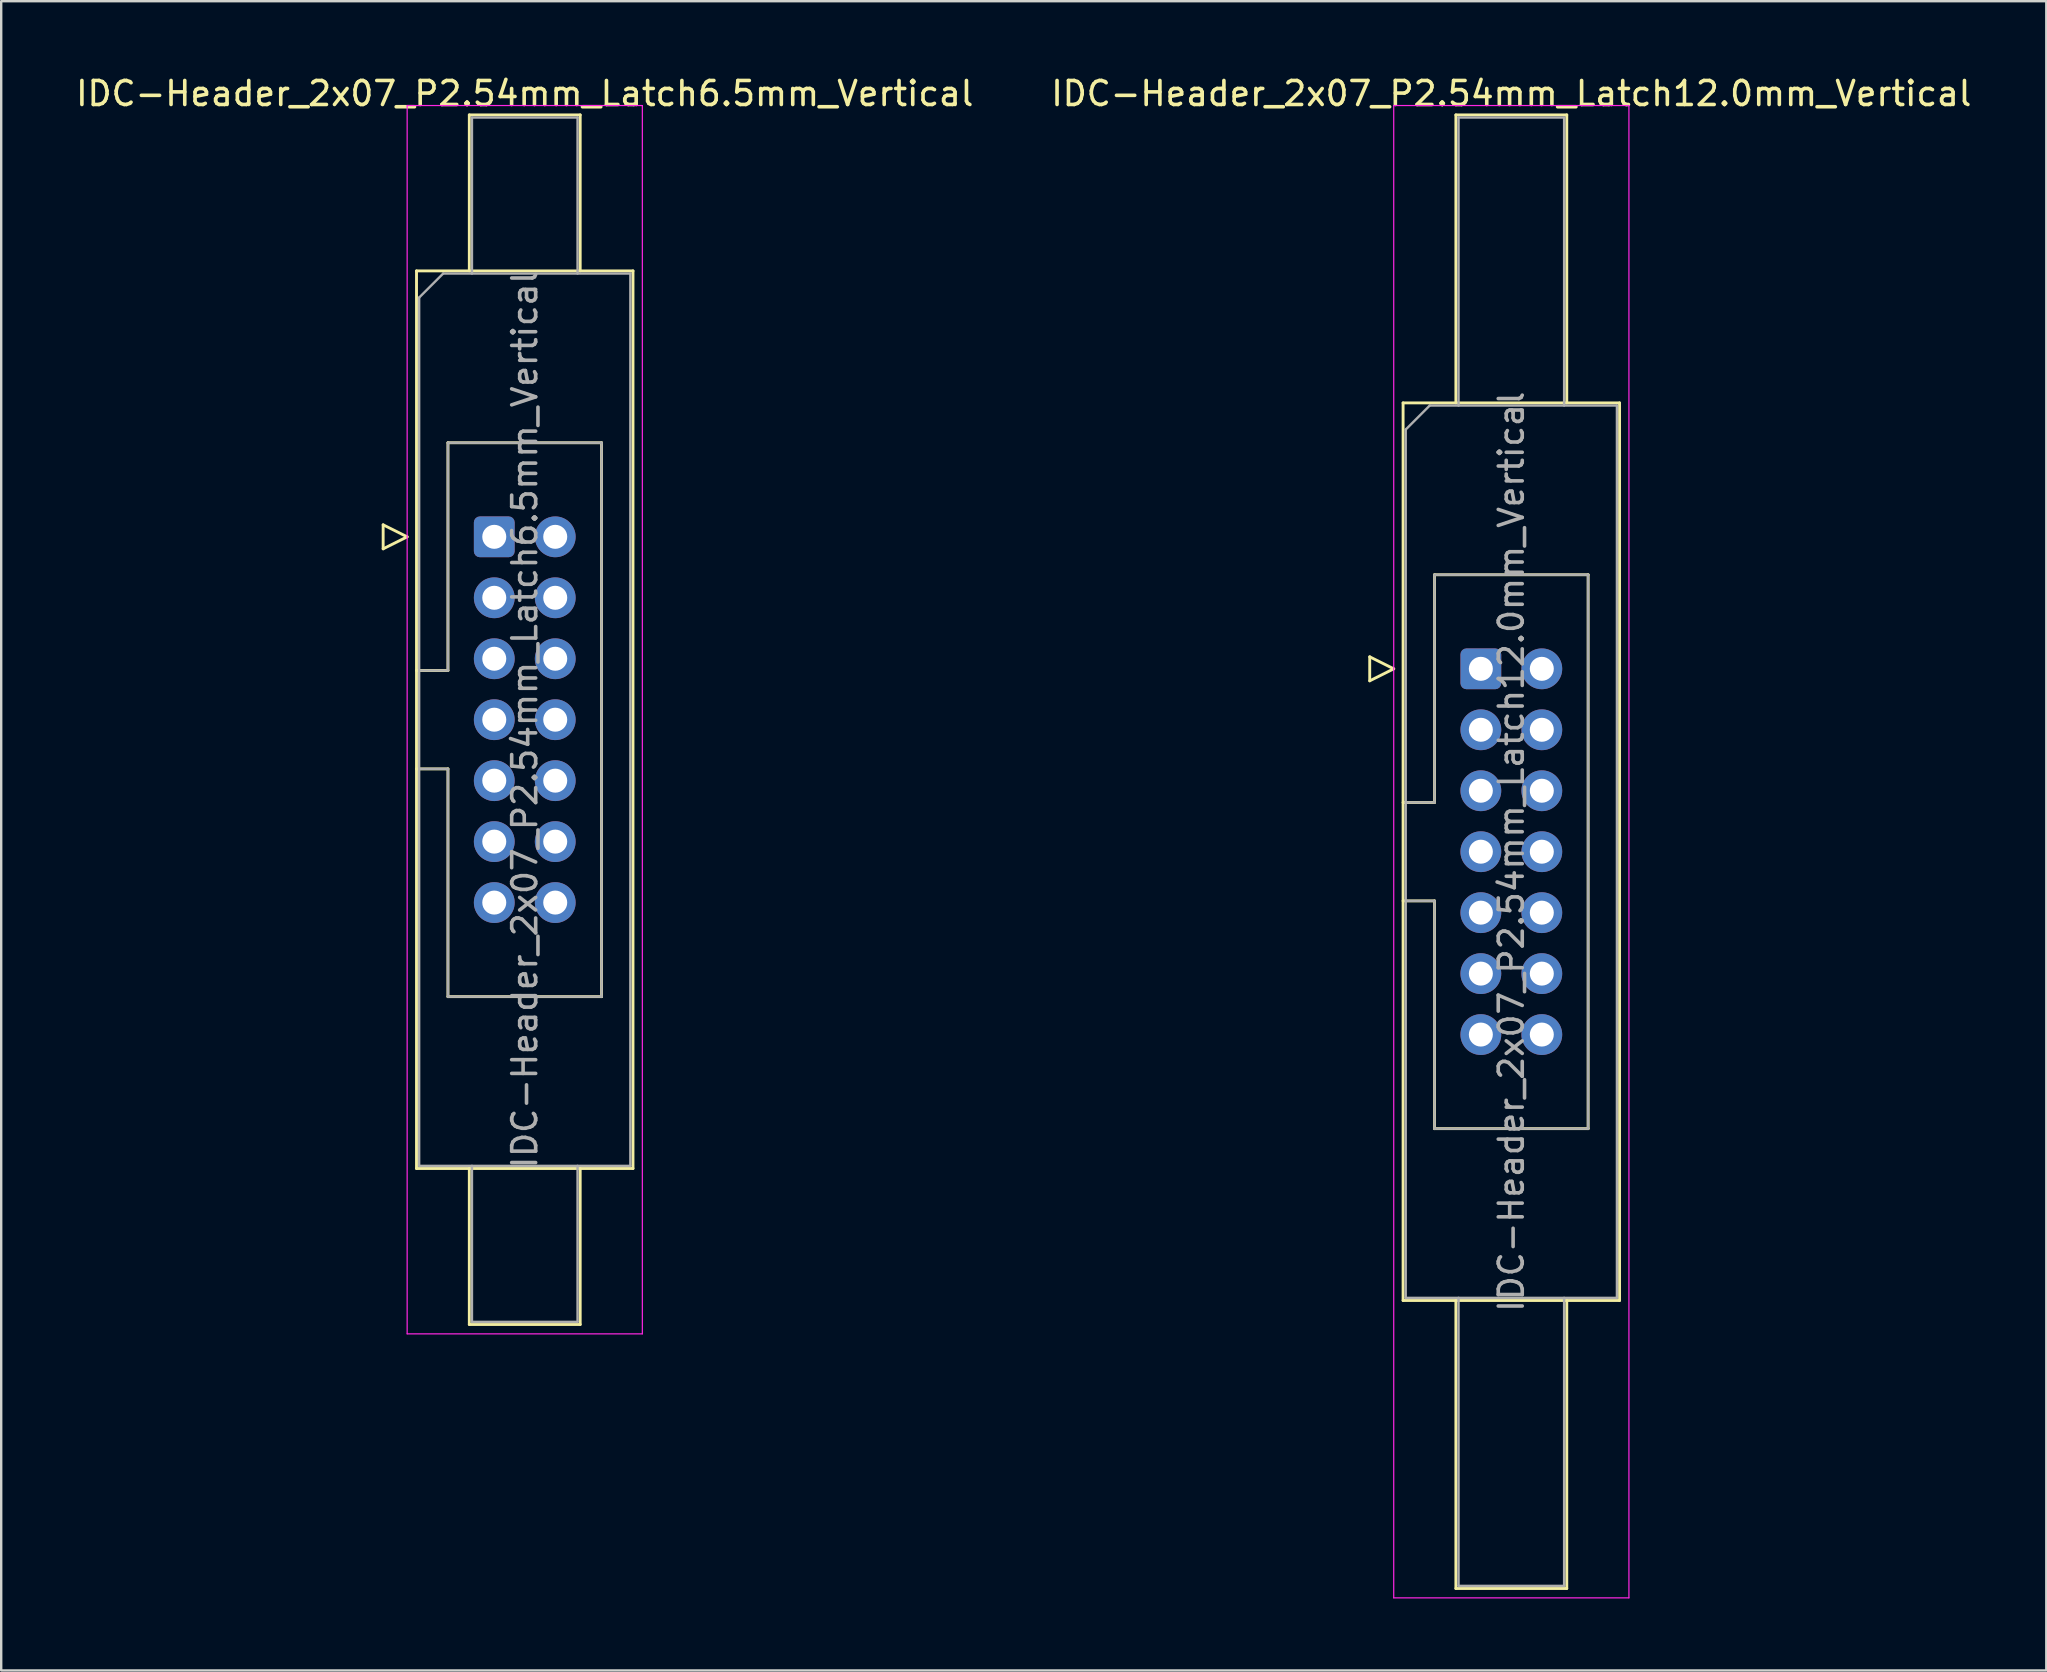
<source format=kicad_pcb>
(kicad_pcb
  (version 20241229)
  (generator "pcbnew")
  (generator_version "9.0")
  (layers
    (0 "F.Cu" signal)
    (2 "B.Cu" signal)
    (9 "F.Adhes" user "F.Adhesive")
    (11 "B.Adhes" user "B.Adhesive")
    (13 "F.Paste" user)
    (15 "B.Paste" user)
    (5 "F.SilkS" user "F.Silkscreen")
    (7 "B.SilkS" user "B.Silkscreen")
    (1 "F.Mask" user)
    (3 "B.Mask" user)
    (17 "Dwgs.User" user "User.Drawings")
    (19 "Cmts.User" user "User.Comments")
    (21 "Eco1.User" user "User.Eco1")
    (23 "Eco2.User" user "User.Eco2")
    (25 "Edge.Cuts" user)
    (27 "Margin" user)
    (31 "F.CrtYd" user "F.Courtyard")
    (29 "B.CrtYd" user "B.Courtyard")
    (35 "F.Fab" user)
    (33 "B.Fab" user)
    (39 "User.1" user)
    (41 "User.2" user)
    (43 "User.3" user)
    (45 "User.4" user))
  (footprint "IDC-Header_2x07_P2.54mm_Latch6.5mm_Vertical"
    (layer "F.Cu")
    (at 17.545 19.318)
    (property "Reference" "IDC-Header_2x07_P2.54mm_Latch6.5mm_Vertical" (at 1.27 -18.47 0) (layer "F.SilkS") (effects (font (size 1 1) (thickness 0.15))))
    (attr through_hole)
    (fp_line (start -4.63 -0.5) (end -4.63 0.5) (stroke (width 0.12) (type solid)) (layer "F.SilkS"))
    (fp_line (start -4.63 0.5) (end -3.63 0) (stroke (width 0.12) (type solid)) (layer "F.SilkS"))
    (fp_line (start -3.63 0) (end -4.63 -0.5) (stroke (width 0.12) (type solid)) (layer "F.SilkS"))
    (fp_line (start -3.24 -11.08) (end 5.78 -11.08) (stroke (width 0.12) (type solid)) (layer "F.SilkS"))
    (fp_line (start -3.24 5.57) (end -1.93 5.57) (stroke (width 0.12) (type solid)) (layer "F.SilkS"))
    (fp_line (start -3.24 26.32) (end -3.24 -11.08) (stroke (width 0.12) (type solid)) (layer "F.SilkS"))
    (fp_line (start -1.93 -3.92) (end 4.47 -3.92) (stroke (width 0.12) (type solid)) (layer "F.SilkS"))
    (fp_line (start -1.93 5.57) (end -1.93 -3.92) (stroke (width 0.12) (type solid)) (layer "F.SilkS"))
    (fp_line (start -1.93 9.67) (end -3.24 9.67) (stroke (width 0.12) (type solid)) (layer "F.SilkS"))
    (fp_line (start -1.93 19.16) (end -1.93 9.67) (stroke (width 0.12) (type solid)) (layer "F.SilkS"))
    (fp_line (start -1.04 -17.58) (end 3.58 -17.58) (stroke (width 0.12) (type solid)) (layer "F.SilkS"))
    (fp_line (start -1.04 -11.08) (end -1.04 -17.58) (stroke (width 0.12) (type solid)) (layer "F.SilkS"))
    (fp_line (start -1.04 26.32) (end -1.04 32.82) (stroke (width 0.12) (type solid)) (layer "F.SilkS"))
    (fp_line (start -1.04 32.82) (end 3.58 32.82) (stroke (width 0.12) (type solid)) (layer "F.SilkS"))
    (fp_line (start 3.58 -17.58) (end 3.58 -11.08) (stroke (width 0.12) (type solid)) (layer "F.SilkS"))
    (fp_line (start 3.58 32.82) (end 3.58 26.32) (stroke (width 0.12) (type solid)) (layer "F.SilkS"))
    (fp_line (start 4.47 -3.92) (end 4.47 19.16) (stroke (width 0.12) (type solid)) (layer "F.SilkS"))
    (fp_line (start 4.47 19.16) (end -1.93 19.16) (stroke (width 0.12) (type solid)) (layer "F.SilkS"))
    (fp_line (start 5.78 -11.08) (end 5.78 26.32) (stroke (width 0.12) (type solid)) (layer "F.SilkS"))
    (fp_line (start 5.78 26.32) (end -3.24 26.32) (stroke (width 0.12) (type solid)) (layer "F.SilkS"))
    (fp_line (start -3.63 -17.97) (end -3.63 33.21) (stroke (width 0.05) (type solid)) (layer "F.CrtYd"))
    (fp_line (start -3.63 33.21) (end 6.17 33.21) (stroke (width 0.05) (type solid)) (layer "F.CrtYd"))
    (fp_line (start 6.17 -17.97) (end -3.63 -17.97) (stroke (width 0.05) (type solid)) (layer "F.CrtYd"))
    (fp_line (start 6.17 33.21) (end 6.17 -17.97) (stroke (width 0.05) (type solid)) (layer "F.CrtYd"))
    (fp_line (start -3.13 -9.97) (end -2.13 -10.97) (stroke (width 0.1) (type solid)) (layer "F.Fab"))
    (fp_line (start -3.13 5.57) (end -1.93 5.57) (stroke (width 0.1) (type solid)) (layer "F.Fab"))
    (fp_line (start -3.13 26.21) (end -3.13 -9.97) (stroke (width 0.1) (type solid)) (layer "F.Fab"))
    (fp_line (start -2.13 -10.97) (end 5.67 -10.97) (stroke (width 0.1) (type solid)) (layer "F.Fab"))
    (fp_line (start -1.93 -3.92) (end 4.47 -3.92) (stroke (width 0.1) (type solid)) (layer "F.Fab"))
    (fp_line (start -1.93 5.57) (end -1.93 -3.92) (stroke (width 0.1) (type solid)) (layer "F.Fab"))
    (fp_line (start -1.93 9.67) (end -3.13 9.67) (stroke (width 0.1) (type solid)) (layer "F.Fab"))
    (fp_line (start -1.93 19.16) (end -1.93 9.67) (stroke (width 0.1) (type solid)) (layer "F.Fab"))
    (fp_line (start -0.93 -17.47) (end 3.47 -17.47) (stroke (width 0.1) (type solid)) (layer "F.Fab"))
    (fp_line (start -0.93 -10.97) (end -0.93 -17.47) (stroke (width 0.1) (type solid)) (layer "F.Fab"))
    (fp_line (start -0.93 26.21) (end -0.93 32.71) (stroke (width 0.1) (type solid)) (layer "F.Fab"))
    (fp_line (start -0.93 32.71) (end 3.47 32.71) (stroke (width 0.1) (type solid)) (layer "F.Fab"))
    (fp_line (start 3.47 -17.47) (end 3.47 -10.97) (stroke (width 0.1) (type solid)) (layer "F.Fab"))
    (fp_line (start 3.47 32.71) (end 3.47 26.21) (stroke (width 0.1) (type solid)) (layer "F.Fab"))
    (fp_line (start 4.47 -3.92) (end 4.47 19.16) (stroke (width 0.1) (type solid)) (layer "F.Fab"))
    (fp_line (start 4.47 19.16) (end -1.93 19.16) (stroke (width 0.1) (type solid)) (layer "F.Fab"))
    (fp_line (start 5.67 -10.97) (end 5.67 26.21) (stroke (width 0.1) (type solid)) (layer "F.Fab"))
    (fp_line (start 5.67 26.21) (end -3.13 26.21) (stroke (width 0.1) (type solid)) (layer "F.Fab"))
    (fp_text user "${REFERENCE}" (at 1.27 7.62 90) (layer "F.Fab") (effects (font (size 1 1) (thickness 0.15))))
    (pad "1" thru_hole roundrect (at 0 0) (size 1.7 1.7) (drill 1) (layers "*.Cu" "*.Mask") (roundrect_rratio 0.147))
    (pad "2" thru_hole circle (at 2.54 0) (size 1.7 1.7) (drill 1) (layers "*.Cu" "*.Mask"))
    (pad "3" thru_hole circle (at 0 2.54) (size 1.7 1.7) (drill 1) (layers "*.Cu" "*.Mask"))
    (pad "4" thru_hole circle (at 2.54 2.54) (size 1.7 1.7) (drill 1) (layers "*.Cu" "*.Mask"))
    (pad "5" thru_hole circle (at 0 5.08) (size 1.7 1.7) (drill 1) (layers "*.Cu" "*.Mask"))
    (pad "6" thru_hole circle (at 2.54 5.08) (size 1.7 1.7) (drill 1) (layers "*.Cu" "*.Mask"))
    (pad "7" thru_hole circle (at 0 7.62) (size 1.7 1.7) (drill 1) (layers "*.Cu" "*.Mask"))
    (pad "8" thru_hole circle (at 2.54 7.62) (size 1.7 1.7) (drill 1) (layers "*.Cu" "*.Mask"))
    (pad "9" thru_hole circle (at 0 10.16) (size 1.7 1.7) (drill 1) (layers "*.Cu" "*.Mask"))
    (pad "10" thru_hole circle (at 2.54 10.16) (size 1.7 1.7) (drill 1) (layers "*.Cu" "*.Mask"))
    (pad "11" thru_hole circle (at 0 12.7) (size 1.7 1.7) (drill 1) (layers "*.Cu" "*.Mask"))
    (pad "12" thru_hole circle (at 2.54 12.7) (size 1.7 1.7) (drill 1) (layers "*.Cu" "*.Mask"))
    (pad "13" thru_hole circle (at 0 15.24) (size 1.7 1.7) (drill 1) (layers "*.Cu" "*.Mask"))
    (pad "14" thru_hole circle (at 2.54 15.24) (size 1.7 1.7) (drill 1) (layers "*.Cu" "*.Mask")))
  (footprint "IDC-Header_2x07_P2.54mm_Latch12.0mm_Vertical"
    (layer "F.Cu")
    (at 58.653 24.818)
    (property "Reference" "IDC-Header_2x07_P2.54mm_Latch12.0mm_Vertical" (at 1.27 -23.97 0) (layer "F.SilkS") (effects (font (size 1 1) (thickness 0.15))))
    (attr through_hole)
    (fp_line (start -4.63 -0.5) (end -4.63 0.5) (stroke (width 0.12) (type solid)) (layer "F.SilkS"))
    (fp_line (start -4.63 0.5) (end -3.63 0) (stroke (width 0.12) (type solid)) (layer "F.SilkS"))
    (fp_line (start -3.63 0) (end -4.63 -0.5) (stroke (width 0.12) (type solid)) (layer "F.SilkS"))
    (fp_line (start -3.24 -11.08) (end 5.78 -11.08) (stroke (width 0.12) (type solid)) (layer "F.SilkS"))
    (fp_line (start -3.24 5.57) (end -1.93 5.57) (stroke (width 0.12) (type solid)) (layer "F.SilkS"))
    (fp_line (start -3.24 26.32) (end -3.24 -11.08) (stroke (width 0.12) (type solid)) (layer "F.SilkS"))
    (fp_line (start -1.93 -3.92) (end 4.47 -3.92) (stroke (width 0.12) (type solid)) (layer "F.SilkS"))
    (fp_line (start -1.93 5.57) (end -1.93 -3.92) (stroke (width 0.12) (type solid)) (layer "F.SilkS"))
    (fp_line (start -1.93 9.67) (end -3.24 9.67) (stroke (width 0.12) (type solid)) (layer "F.SilkS"))
    (fp_line (start -1.93 19.16) (end -1.93 9.67) (stroke (width 0.12) (type solid)) (layer "F.SilkS"))
    (fp_line (start -1.04 -23.08) (end 3.58 -23.08) (stroke (width 0.12) (type solid)) (layer "F.SilkS"))
    (fp_line (start -1.04 -11.08) (end -1.04 -23.08) (stroke (width 0.12) (type solid)) (layer "F.SilkS"))
    (fp_line (start -1.04 26.32) (end -1.04 38.32) (stroke (width 0.12) (type solid)) (layer "F.SilkS"))
    (fp_line (start -1.04 38.32) (end 3.58 38.32) (stroke (width 0.12) (type solid)) (layer "F.SilkS"))
    (fp_line (start 3.58 -23.08) (end 3.58 -11.08) (stroke (width 0.12) (type solid)) (layer "F.SilkS"))
    (fp_line (start 3.58 38.32) (end 3.58 26.32) (stroke (width 0.12) (type solid)) (layer "F.SilkS"))
    (fp_line (start 4.47 -3.92) (end 4.47 19.16) (stroke (width 0.12) (type solid)) (layer "F.SilkS"))
    (fp_line (start 4.47 19.16) (end -1.93 19.16) (stroke (width 0.12) (type solid)) (layer "F.SilkS"))
    (fp_line (start 5.78 -11.08) (end 5.78 26.32) (stroke (width 0.12) (type solid)) (layer "F.SilkS"))
    (fp_line (start 5.78 26.32) (end -3.24 26.32) (stroke (width 0.12) (type solid)) (layer "F.SilkS"))
    (fp_line (start -3.63 -23.47) (end -3.63 38.71) (stroke (width 0.05) (type solid)) (layer "F.CrtYd"))
    (fp_line (start -3.63 38.71) (end 6.17 38.71) (stroke (width 0.05) (type solid)) (layer "F.CrtYd"))
    (fp_line (start 6.17 -23.47) (end -3.63 -23.47) (stroke (width 0.05) (type solid)) (layer "F.CrtYd"))
    (fp_line (start 6.17 38.71) (end 6.17 -23.47) (stroke (width 0.05) (type solid)) (layer "F.CrtYd"))
    (fp_line (start -3.13 -9.97) (end -2.13 -10.97) (stroke (width 0.1) (type solid)) (layer "F.Fab"))
    (fp_line (start -3.13 5.57) (end -1.93 5.57) (stroke (width 0.1) (type solid)) (layer "F.Fab"))
    (fp_line (start -3.13 26.21) (end -3.13 -9.97) (stroke (width 0.1) (type solid)) (layer "F.Fab"))
    (fp_line (start -2.13 -10.97) (end 5.67 -10.97) (stroke (width 0.1) (type solid)) (layer "F.Fab"))
    (fp_line (start -1.93 -3.92) (end 4.47 -3.92) (stroke (width 0.1) (type solid)) (layer "F.Fab"))
    (fp_line (start -1.93 5.57) (end -1.93 -3.92) (stroke (width 0.1) (type solid)) (layer "F.Fab"))
    (fp_line (start -1.93 9.67) (end -3.13 9.67) (stroke (width 0.1) (type solid)) (layer "F.Fab"))
    (fp_line (start -1.93 19.16) (end -1.93 9.67) (stroke (width 0.1) (type solid)) (layer "F.Fab"))
    (fp_line (start -0.93 -22.97) (end 3.47 -22.97) (stroke (width 0.1) (type solid)) (layer "F.Fab"))
    (fp_line (start -0.93 -10.97) (end -0.93 -22.97) (stroke (width 0.1) (type solid)) (layer "F.Fab"))
    (fp_line (start -0.93 26.21) (end -0.93 38.21) (stroke (width 0.1) (type solid)) (layer "F.Fab"))
    (fp_line (start -0.93 38.21) (end 3.47 38.21) (stroke (width 0.1) (type solid)) (layer "F.Fab"))
    (fp_line (start 3.47 -22.97) (end 3.47 -10.97) (stroke (width 0.1) (type solid)) (layer "F.Fab"))
    (fp_line (start 3.47 38.21) (end 3.47 26.21) (stroke (width 0.1) (type solid)) (layer "F.Fab"))
    (fp_line (start 4.47 -3.92) (end 4.47 19.16) (stroke (width 0.1) (type solid)) (layer "F.Fab"))
    (fp_line (start 4.47 19.16) (end -1.93 19.16) (stroke (width 0.1) (type solid)) (layer "F.Fab"))
    (fp_line (start 5.67 -10.97) (end 5.67 26.21) (stroke (width 0.1) (type solid)) (layer "F.Fab"))
    (fp_line (start 5.67 26.21) (end -3.13 26.21) (stroke (width 0.1) (type solid)) (layer "F.Fab"))
    (fp_text user "${REFERENCE}" (at 1.27 7.62 90) (layer "F.Fab") (effects (font (size 1 1) (thickness 0.15))))
    (pad "1" thru_hole roundrect (at 0 0) (size 1.7 1.7) (drill 1) (layers "*.Cu" "*.Mask") (roundrect_rratio 0.147))
    (pad "2" thru_hole circle (at 2.54 0) (size 1.7 1.7) (drill 1) (layers "*.Cu" "*.Mask"))
    (pad "3" thru_hole circle (at 0 2.54) (size 1.7 1.7) (drill 1) (layers "*.Cu" "*.Mask"))
    (pad "4" thru_hole circle (at 2.54 2.54) (size 1.7 1.7) (drill 1) (layers "*.Cu" "*.Mask"))
    (pad "5" thru_hole circle (at 0 5.08) (size 1.7 1.7) (drill 1) (layers "*.Cu" "*.Mask"))
    (pad "6" thru_hole circle (at 2.54 5.08) (size 1.7 1.7) (drill 1) (layers "*.Cu" "*.Mask"))
    (pad "7" thru_hole circle (at 0 7.62) (size 1.7 1.7) (drill 1) (layers "*.Cu" "*.Mask"))
    (pad "8" thru_hole circle (at 2.54 7.62) (size 1.7 1.7) (drill 1) (layers "*.Cu" "*.Mask"))
    (pad "9" thru_hole circle (at 0 10.16) (size 1.7 1.7) (drill 1) (layers "*.Cu" "*.Mask"))
    (pad "10" thru_hole circle (at 2.54 10.16) (size 1.7 1.7) (drill 1) (layers "*.Cu" "*.Mask"))
    (pad "11" thru_hole circle (at 0 12.7) (size 1.7 1.7) (drill 1) (layers "*.Cu" "*.Mask"))
    (pad "12" thru_hole circle (at 2.54 12.7) (size 1.7 1.7) (drill 1) (layers "*.Cu" "*.Mask"))
    (pad "13" thru_hole circle (at 0 15.24) (size 1.7 1.7) (drill 1) (layers "*.Cu" "*.Mask"))
    (pad "14" thru_hole circle (at 2.54 15.24) (size 1.7 1.7) (drill 1) (layers "*.Cu" "*.Mask")))
  (gr_rect
    (start -3 -3)
    (end 82.214 66.553)
    (stroke (width 0.1) (type default))
    (fill no)
    (layer "Edge.Cuts")))
</source>
